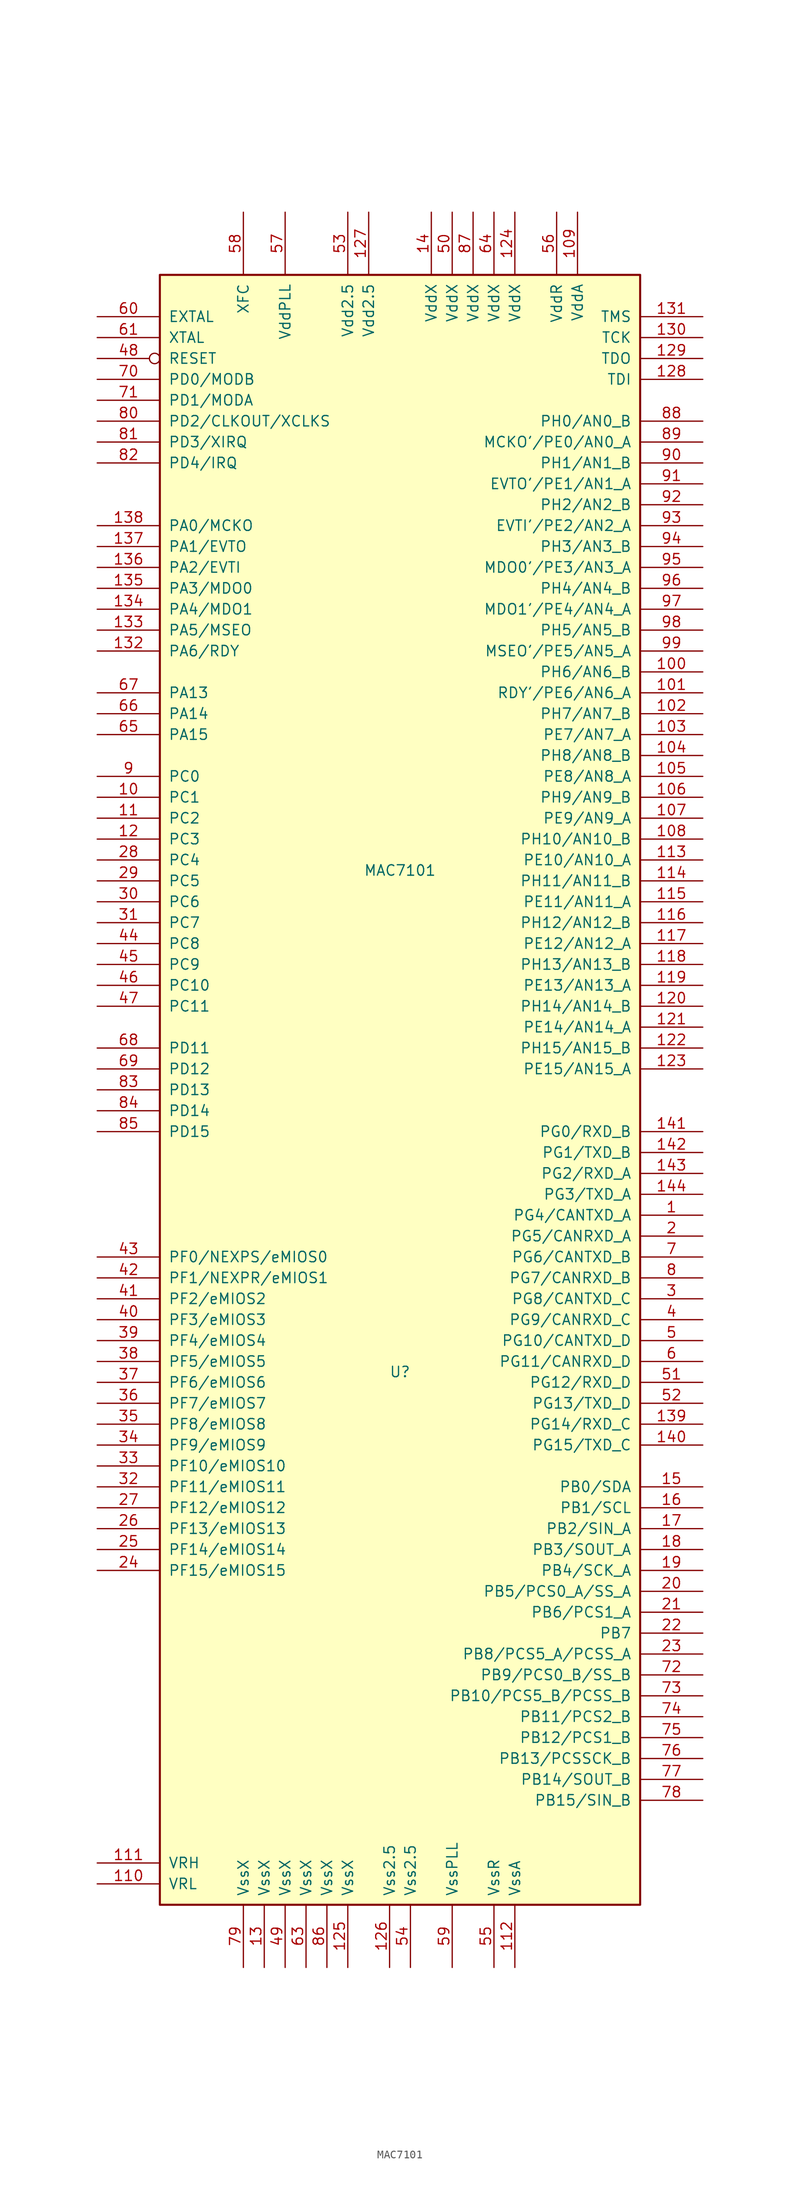
<source format=kicad_sym>
(kicad_symbol_lib
  (version 20231120)
  (generator "kicad_symbol_editor")
  (generator_version "8.0")
  (symbol "MAC7101"
    (pin_names
      (offset 1.016))
    (property "Reference" "U"
      (at 1.27 -44.45 0)
      (effects (font (size 1.27 1.27))))
    (property "Value" "MAC7101"
      (at 1.27 16.51 0)
      (effects (font (size 1.27 1.27))))
    (symbol "MAC7101_0_1"
      (rectangle (start 30.48 -109.22) (end -27.94 88.9) (stroke (width 0.254) (type default)) (fill (type background))))
    (symbol "MAC7101_1_1"
      (pin bidirectional line (at 38.1 -25.4 180) (length 7.62) (name "PG4/CANTXD_A" (effects (font (size 1.27 1.27)))) (number "1" (effects (font (size 1.27 1.27)))))
      (pin bidirectional line (at -35.56 25.4 0) (length 7.62) (name "PC1" (effects (font (size 1.27 1.27)))) (number "10" (effects (font (size 1.27 1.27)))))
      (pin bidirectional line (at 38.1 40.64 180) (length 7.62) (name "PH6/AN6_B" (effects (font (size 1.27 1.27)))) (number "100" (effects (font (size 1.27 1.27)))))
      (pin bidirectional line (at 38.1 38.1 180) (length 7.62) (name "RDY'/PE6/AN6_A" (effects (font (size 1.27 1.27)))) (number "101" (effects (font (size 1.27 1.27)))))
      (pin bidirectional line (at 38.1 35.56 180) (length 7.62) (name "PH7/AN7_B" (effects (font (size 1.27 1.27)))) (number "102" (effects (font (size 1.27 1.27)))))
      (pin bidirectional line (at 38.1 33.02 180) (length 7.62) (name "PE7/AN7_A" (effects (font (size 1.27 1.27)))) (number "103" (effects (font (size 1.27 1.27)))))
      (pin bidirectional line (at 38.1 30.48 180) (length 7.62) (name "PH8/AN8_B" (effects (font (size 1.27 1.27)))) (number "104" (effects (font (size 1.27 1.27)))))
      (pin bidirectional line (at 38.1 27.94 180) (length 7.62) (name "PE8/AN8_A" (effects (font (size 1.27 1.27)))) (number "105" (effects (font (size 1.27 1.27)))))
      (pin bidirectional line (at 38.1 25.4 180) (length 7.62) (name "PH9/AN9_B" (effects (font (size 1.27 1.27)))) (number "106" (effects (font (size 1.27 1.27)))))
      (pin bidirectional line (at 38.1 22.86 180) (length 7.62) (name "PE9/AN9_A" (effects (font (size 1.27 1.27)))) (number "107" (effects (font (size 1.27 1.27)))))
      (pin bidirectional line (at 38.1 20.32 180) (length 7.62) (name "PH10/AN10_B" (effects (font (size 1.27 1.27)))) (number "108" (effects (font (size 1.27 1.27)))))
      (pin power_in line (at 22.86 96.52 270) (length 7.62) (name "VddA" (effects (font (size 1.27 1.27)))) (number "109" (effects (font (size 1.27 1.27)))))
      (pin bidirectional line (at -35.56 22.86 0) (length 7.62) (name "PC2" (effects (font (size 1.27 1.27)))) (number "11" (effects (font (size 1.27 1.27)))))
      (pin passive line (at -35.56 -106.68 0) (length 7.62) (name "VRL" (effects (font (size 1.27 1.27)))) (number "110" (effects (font (size 1.27 1.27)))))
      (pin passive line (at -35.56 -104.14 0) (length 7.62) (name "VRH" (effects (font (size 1.27 1.27)))) (number "111" (effects (font (size 1.27 1.27)))))
      (pin power_in line (at 15.24 -116.84 90) (length 7.62) (name "VssA" (effects (font (size 1.27 1.27)))) (number "112" (effects (font (size 1.27 1.27)))))
      (pin bidirectional line (at 38.1 17.78 180) (length 7.62) (name "PE10/AN10_A" (effects (font (size 1.27 1.27)))) (number "113" (effects (font (size 1.27 1.27)))))
      (pin bidirectional line (at 38.1 15.24 180) (length 7.62) (name "PH11/AN11_B" (effects (font (size 1.27 1.27)))) (number "114" (effects (font (size 1.27 1.27)))))
      (pin bidirectional line (at 38.1 12.7 180) (length 7.62) (name "PE11/AN11_A" (effects (font (size 1.27 1.27)))) (number "115" (effects (font (size 1.27 1.27)))))
      (pin bidirectional line (at 38.1 10.16 180) (length 7.62) (name "PH12/AN12_B" (effects (font (size 1.27 1.27)))) (number "116" (effects (font (size 1.27 1.27)))))
      (pin bidirectional line (at 38.1 7.62 180) (length 7.62) (name "PE12/AN12_A" (effects (font (size 1.27 1.27)))) (number "117" (effects (font (size 1.27 1.27)))))
      (pin bidirectional line (at 38.1 5.08 180) (length 7.62) (name "PH13/AN13_B" (effects (font (size 1.27 1.27)))) (number "118" (effects (font (size 1.27 1.27)))))
      (pin bidirectional line (at 38.1 2.54 180) (length 7.62) (name "PE13/AN13_A" (effects (font (size 1.27 1.27)))) (number "119" (effects (font (size 1.27 1.27)))))
      (pin bidirectional line (at -35.56 20.32 0) (length 7.62) (name "PC3" (effects (font (size 1.27 1.27)))) (number "12" (effects (font (size 1.27 1.27)))))
      (pin bidirectional line (at 38.1 0 180) (length 7.62) (name "PH14/AN14_B" (effects (font (size 1.27 1.27)))) (number "120" (effects (font (size 1.27 1.27)))))
      (pin bidirectional line (at 38.1 -2.54 180) (length 7.62) (name "PE14/AN14_A" (effects (font (size 1.27 1.27)))) (number "121" (effects (font (size 1.27 1.27)))))
      (pin bidirectional line (at 38.1 -5.08 180) (length 7.62) (name "PH15/AN15_B" (effects (font (size 1.27 1.27)))) (number "122" (effects (font (size 1.27 1.27)))))
      (pin bidirectional line (at 38.1 -7.62 180) (length 7.62) (name "PE15/AN15_A" (effects (font (size 1.27 1.27)))) (number "123" (effects (font (size 1.27 1.27)))))
      (pin power_in line (at 15.24 96.52 270) (length 7.62) (name "VddX" (effects (font (size 1.27 1.27)))) (number "124" (effects (font (size 1.27 1.27)))))
      (pin power_in line (at -5.08 -116.84 90) (length 7.62) (name "VssX" (effects (font (size 1.27 1.27)))) (number "125" (effects (font (size 1.27 1.27)))))
      (pin power_in line (at 0 -116.84 90) (length 7.62) (name "Vss2.5" (effects (font (size 1.27 1.27)))) (number "126" (effects (font (size 1.27 1.27)))))
      (pin power_in line (at -2.54 96.52 270) (length 7.62) (name "Vdd2.5" (effects (font (size 1.27 1.27)))) (number "127" (effects (font (size 1.27 1.27)))))
      (pin input line (at 38.1 76.2 180) (length 7.62) (name "TDI" (effects (font (size 1.27 1.27)))) (number "128" (effects (font (size 1.27 1.27)))))
      (pin output line (at 38.1 78.74 180) (length 7.62) (name "TDO" (effects (font (size 1.27 1.27)))) (number "129" (effects (font (size 1.27 1.27)))))
      (pin power_in line (at -15.24 -116.84 90) (length 7.62) (name "VssX" (effects (font (size 1.27 1.27)))) (number "13" (effects (font (size 1.27 1.27)))))
      (pin input line (at 38.1 81.28 180) (length 7.62) (name "TCK" (effects (font (size 1.27 1.27)))) (number "130" (effects (font (size 1.27 1.27)))))
      (pin input line (at 38.1 83.82 180) (length 7.62) (name "TMS" (effects (font (size 1.27 1.27)))) (number "131" (effects (font (size 1.27 1.27)))))
      (pin bidirectional line (at -35.56 43.18 0) (length 7.62) (name "PA6/RDY" (effects (font (size 1.27 1.27)))) (number "132" (effects (font (size 1.27 1.27)))))
      (pin bidirectional line (at -35.56 45.72 0) (length 7.62) (name "PA5/MSEO" (effects (font (size 1.27 1.27)))) (number "133" (effects (font (size 1.27 1.27)))))
      (pin bidirectional line (at -35.56 48.26 0) (length 7.62) (name "PA4/MDO1" (effects (font (size 1.27 1.27)))) (number "134" (effects (font (size 1.27 1.27)))))
      (pin bidirectional line (at -35.56 50.8 0) (length 7.62) (name "PA3/MDO0" (effects (font (size 1.27 1.27)))) (number "135" (effects (font (size 1.27 1.27)))))
      (pin bidirectional line (at -35.56 53.34 0) (length 7.62) (name "PA2/EVTI" (effects (font (size 1.27 1.27)))) (number "136" (effects (font (size 1.27 1.27)))))
      (pin bidirectional line (at -35.56 55.88 0) (length 7.62) (name "PA1/EVTO" (effects (font (size 1.27 1.27)))) (number "137" (effects (font (size 1.27 1.27)))))
      (pin bidirectional line (at -35.56 58.42 0) (length 7.62) (name "PA0/MCKO" (effects (font (size 1.27 1.27)))) (number "138" (effects (font (size 1.27 1.27)))))
      (pin bidirectional line (at 38.1 -50.8 180) (length 7.62) (name "PG14/RXD_C" (effects (font (size 1.27 1.27)))) (number "139" (effects (font (size 1.27 1.27)))))
      (pin power_in line (at 5.08 96.52 270) (length 7.62) (name "VddX" (effects (font (size 1.27 1.27)))) (number "14" (effects (font (size 1.27 1.27)))))
      (pin bidirectional line (at 38.1 -53.34 180) (length 7.62) (name "PG15/TXD_C" (effects (font (size 1.27 1.27)))) (number "140" (effects (font (size 1.27 1.27)))))
      (pin bidirectional line (at 38.1 -15.24 180) (length 7.62) (name "PG0/RXD_B" (effects (font (size 1.27 1.27)))) (number "141" (effects (font (size 1.27 1.27)))))
      (pin bidirectional line (at 38.1 -17.78 180) (length 7.62) (name "PG1/TXD_B" (effects (font (size 1.27 1.27)))) (number "142" (effects (font (size 1.27 1.27)))))
      (pin bidirectional line (at 38.1 -20.32 180) (length 7.62) (name "PG2/RXD_A" (effects (font (size 1.27 1.27)))) (number "143" (effects (font (size 1.27 1.27)))))
      (pin bidirectional line (at 38.1 -22.86 180) (length 7.62) (name "PG3/TXD_A" (effects (font (size 1.27 1.27)))) (number "144" (effects (font (size 1.27 1.27)))))
      (pin bidirectional line (at 38.1 -58.42 180) (length 7.62) (name "PB0/SDA" (effects (font (size 1.27 1.27)))) (number "15" (effects (font (size 1.27 1.27)))))
      (pin bidirectional line (at 38.1 -60.96 180) (length 7.62) (name "PB1/SCL" (effects (font (size 1.27 1.27)))) (number "16" (effects (font (size 1.27 1.27)))))
      (pin bidirectional line (at 38.1 -63.5 180) (length 7.62) (name "PB2/SIN_A" (effects (font (size 1.27 1.27)))) (number "17" (effects (font (size 1.27 1.27)))))
      (pin bidirectional line (at 38.1 -66.04 180) (length 7.62) (name "PB3/SOUT_A" (effects (font (size 1.27 1.27)))) (number "18" (effects (font (size 1.27 1.27)))))
      (pin bidirectional line (at 38.1 -68.58 180) (length 7.62) (name "PB4/SCK_A" (effects (font (size 1.27 1.27)))) (number "19" (effects (font (size 1.27 1.27)))))
      (pin bidirectional line (at 38.1 -27.94 180) (length 7.62) (name "PG5/CANRXD_A" (effects (font (size 1.27 1.27)))) (number "2" (effects (font (size 1.27 1.27)))))
      (pin bidirectional line (at 38.1 -71.12 180) (length 7.62) (name "PB5/PCS0_A/SS_A" (effects (font (size 1.27 1.27)))) (number "20" (effects (font (size 1.27 1.27)))))
      (pin bidirectional line (at 38.1 -73.66 180) (length 7.62) (name "PB6/PCS1_A" (effects (font (size 1.27 1.27)))) (number "21" (effects (font (size 1.27 1.27)))))
      (pin bidirectional line (at 38.1 -76.2 180) (length 7.62) (name "PB7" (effects (font (size 1.27 1.27)))) (number "22" (effects (font (size 1.27 1.27)))))
      (pin bidirectional line (at 38.1 -78.74 180) (length 7.62) (name "PB8/PCS5_A/PCSS_A" (effects (font (size 1.27 1.27)))) (number "23" (effects (font (size 1.27 1.27)))))
      (pin bidirectional line (at -35.56 -68.58 0) (length 7.62) (name "PF15/eMIOS15" (effects (font (size 1.27 1.27)))) (number "24" (effects (font (size 1.27 1.27)))))
      (pin bidirectional line (at -35.56 -66.04 0) (length 7.62) (name "PF14/eMIOS14" (effects (font (size 1.27 1.27)))) (number "25" (effects (font (size 1.27 1.27)))))
      (pin bidirectional line (at -35.56 -63.5 0) (length 7.62) (name "PF13/eMIOS13" (effects (font (size 1.27 1.27)))) (number "26" (effects (font (size 1.27 1.27)))))
      (pin bidirectional line (at -35.56 -60.96 0) (length 7.62) (name "PF12/eMIOS12" (effects (font (size 1.27 1.27)))) (number "27" (effects (font (size 1.27 1.27)))))
      (pin bidirectional line (at -35.56 17.78 0) (length 7.62) (name "PC4" (effects (font (size 1.27 1.27)))) (number "28" (effects (font (size 1.27 1.27)))))
      (pin bidirectional line (at -35.56 15.24 0) (length 7.62) (name "PC5" (effects (font (size 1.27 1.27)))) (number "29" (effects (font (size 1.27 1.27)))))
      (pin bidirectional line (at 38.1 -35.56 180) (length 7.62) (name "PG8/CANTXD_C" (effects (font (size 1.27 1.27)))) (number "3" (effects (font (size 1.27 1.27)))))
      (pin bidirectional line (at -35.56 12.7 0) (length 7.62) (name "PC6" (effects (font (size 1.27 1.27)))) (number "30" (effects (font (size 1.27 1.27)))))
      (pin bidirectional line (at -35.56 10.16 0) (length 7.62) (name "PC7" (effects (font (size 1.27 1.27)))) (number "31" (effects (font (size 1.27 1.27)))))
      (pin bidirectional line (at -35.56 -58.42 0) (length 7.62) (name "PF11/eMIOS11" (effects (font (size 1.27 1.27)))) (number "32" (effects (font (size 1.27 1.27)))))
      (pin bidirectional line (at -35.56 -55.88 0) (length 7.62) (name "PF10/eMIOS10" (effects (font (size 1.27 1.27)))) (number "33" (effects (font (size 1.27 1.27)))))
      (pin bidirectional line (at -35.56 -53.34 0) (length 7.62) (name "PF9/eMIOS9" (effects (font (size 1.27 1.27)))) (number "34" (effects (font (size 1.27 1.27)))))
      (pin bidirectional line (at -35.56 -50.8 0) (length 7.62) (name "PF8/eMIOS8" (effects (font (size 1.27 1.27)))) (number "35" (effects (font (size 1.27 1.27)))))
      (pin bidirectional line (at -35.56 -48.26 0) (length 7.62) (name "PF7/eMIOS7" (effects (font (size 1.27 1.27)))) (number "36" (effects (font (size 1.27 1.27)))))
      (pin bidirectional line (at -35.56 -45.72 0) (length 7.62) (name "PF6/eMIOS6" (effects (font (size 1.27 1.27)))) (number "37" (effects (font (size 1.27 1.27)))))
      (pin bidirectional line (at -35.56 -43.18 0) (length 7.62) (name "PF5/eMIOS5" (effects (font (size 1.27 1.27)))) (number "38" (effects (font (size 1.27 1.27)))))
      (pin bidirectional line (at -35.56 -40.64 0) (length 7.62) (name "PF4/eMIOS4" (effects (font (size 1.27 1.27)))) (number "39" (effects (font (size 1.27 1.27)))))
      (pin bidirectional line (at 38.1 -38.1 180) (length 7.62) (name "PG9/CANRXD_C" (effects (font (size 1.27 1.27)))) (number "4" (effects (font (size 1.27 1.27)))))
      (pin bidirectional line (at -35.56 -38.1 0) (length 7.62) (name "PF3/eMIOS3" (effects (font (size 1.27 1.27)))) (number "40" (effects (font (size 1.27 1.27)))))
      (pin bidirectional line (at -35.56 -35.56 0) (length 7.62) (name "PF2/eMIOS2" (effects (font (size 1.27 1.27)))) (number "41" (effects (font (size 1.27 1.27)))))
      (pin bidirectional line (at -35.56 -33.02 0) (length 7.62) (name "PF1/NEXPR/eMIOS1" (effects (font (size 1.27 1.27)))) (number "42" (effects (font (size 1.27 1.27)))))
      (pin bidirectional line (at -35.56 -30.48 0) (length 7.62) (name "PF0/NEXPS/eMIOS0" (effects (font (size 1.27 1.27)))) (number "43" (effects (font (size 1.27 1.27)))))
      (pin bidirectional line (at -35.56 7.62 0) (length 7.62) (name "PC8" (effects (font (size 1.27 1.27)))) (number "44" (effects (font (size 1.27 1.27)))))
      (pin bidirectional line (at -35.56 5.08 0) (length 7.62) (name "PC9" (effects (font (size 1.27 1.27)))) (number "45" (effects (font (size 1.27 1.27)))))
      (pin bidirectional line (at -35.56 2.54 0) (length 7.62) (name "PC10" (effects (font (size 1.27 1.27)))) (number "46" (effects (font (size 1.27 1.27)))))
      (pin bidirectional line (at -35.56 0 0) (length 7.62) (name "PC11" (effects (font (size 1.27 1.27)))) (number "47" (effects (font (size 1.27 1.27)))))
      (pin bidirectional inverted (at -35.56 78.74 0) (length 7.62) (name "RESET" (effects (font (size 1.27 1.27)))) (number "48" (effects (font (size 1.27 1.27)))))
      (pin power_in line (at -12.7 -116.84 90) (length 7.62) (name "VssX" (effects (font (size 1.27 1.27)))) (number "49" (effects (font (size 1.27 1.27)))))
      (pin bidirectional line (at 38.1 -40.64 180) (length 7.62) (name "PG10/CANTXD_D" (effects (font (size 1.27 1.27)))) (number "5" (effects (font (size 1.27 1.27)))))
      (pin power_in line (at 7.62 96.52 270) (length 7.62) (name "VddX" (effects (font (size 1.27 1.27)))) (number "50" (effects (font (size 1.27 1.27)))))
      (pin bidirectional line (at 38.1 -45.72 180) (length 7.62) (name "PG12/RXD_D" (effects (font (size 1.27 1.27)))) (number "51" (effects (font (size 1.27 1.27)))))
      (pin bidirectional line (at 38.1 -48.26 180) (length 7.62) (name "PG13/TXD_D" (effects (font (size 1.27 1.27)))) (number "52" (effects (font (size 1.27 1.27)))))
      (pin passive line (at -5.08 96.52 270) (length 7.62) (name "Vdd2.5" (effects (font (size 1.27 1.27)))) (number "53" (effects (font (size 1.27 1.27)))))
      (pin passive line (at 2.54 -116.84 90) (length 7.62) (name "Vss2.5" (effects (font (size 1.27 1.27)))) (number "54" (effects (font (size 1.27 1.27)))))
      (pin power_in line (at 12.7 -116.84 90) (length 7.62) (name "VssR" (effects (font (size 1.27 1.27)))) (number "55" (effects (font (size 1.27 1.27)))))
      (pin power_in line (at 20.32 96.52 270) (length 7.62) (name "VddR" (effects (font (size 1.27 1.27)))) (number "56" (effects (font (size 1.27 1.27)))))
      (pin passive line (at -12.7 96.52 270) (length 7.62) (name "VddPLL" (effects (font (size 1.27 1.27)))) (number "57" (effects (font (size 1.27 1.27)))))
      (pin bidirectional line (at -17.78 96.52 270) (length 7.62) (name "XFC" (effects (font (size 1.27 1.27)))) (number "58" (effects (font (size 1.27 1.27)))))
      (pin passive line (at 7.62 -116.84 90) (length 7.62) (name "VssPLL" (effects (font (size 1.27 1.27)))) (number "59" (effects (font (size 1.27 1.27)))))
      (pin bidirectional line (at 38.1 -43.18 180) (length 7.62) (name "PG11/CANRXD_D" (effects (font (size 1.27 1.27)))) (number "6" (effects (font (size 1.27 1.27)))))
      (pin input line (at -35.56 83.82 0) (length 7.62) (name "EXTAL" (effects (font (size 1.27 1.27)))) (number "60" (effects (font (size 1.27 1.27)))))
      (pin output line (at -35.56 81.28 0) (length 7.62) (name "XTAL" (effects (font (size 1.27 1.27)))) (number "61" (effects (font (size 1.27 1.27)))))
      (pin power_in line (at -10.16 -116.84 90) (length 7.62) (name "VssX" (effects (font (size 1.27 1.27)))) (number "63" (effects (font (size 1.27 1.27)))))
      (pin power_in line (at 12.7 96.52 270) (length 7.62) (name "VddX" (effects (font (size 1.27 1.27)))) (number "64" (effects (font (size 1.27 1.27)))))
      (pin bidirectional line (at -35.56 33.02 0) (length 7.62) (name "PA15" (effects (font (size 1.27 1.27)))) (number "65" (effects (font (size 1.27 1.27)))))
      (pin bidirectional line (at -35.56 35.56 0) (length 7.62) (name "PA14" (effects (font (size 1.27 1.27)))) (number "66" (effects (font (size 1.27 1.27)))))
      (pin bidirectional line (at -35.56 38.1 0) (length 7.62) (name "PA13" (effects (font (size 1.27 1.27)))) (number "67" (effects (font (size 1.27 1.27)))))
      (pin bidirectional line (at -35.56 -5.08 0) (length 7.62) (name "PD11" (effects (font (size 1.27 1.27)))) (number "68" (effects (font (size 1.27 1.27)))))
      (pin bidirectional line (at -35.56 -7.62 0) (length 7.62) (name "PD12" (effects (font (size 1.27 1.27)))) (number "69" (effects (font (size 1.27 1.27)))))
      (pin bidirectional line (at 38.1 -30.48 180) (length 7.62) (name "PG6/CANTXD_B" (effects (font (size 1.27 1.27)))) (number "7" (effects (font (size 1.27 1.27)))))
      (pin bidirectional line (at -35.56 76.2 0) (length 7.62) (name "PD0/MODB" (effects (font (size 1.27 1.27)))) (number "70" (effects (font (size 1.27 1.27)))))
      (pin bidirectional line (at -35.56 73.66 0) (length 7.62) (name "PD1/MODA" (effects (font (size 1.27 1.27)))) (number "71" (effects (font (size 1.27 1.27)))))
      (pin bidirectional line (at 38.1 -81.28 180) (length 7.62) (name "PB9/PCS0_B/SS_B" (effects (font (size 1.27 1.27)))) (number "72" (effects (font (size 1.27 1.27)))))
      (pin bidirectional line (at 38.1 -83.82 180) (length 7.62) (name "PB10/PCS5_B/PCSS_B" (effects (font (size 1.27 1.27)))) (number "73" (effects (font (size 1.27 1.27)))))
      (pin bidirectional line (at 38.1 -86.36 180) (length 7.62) (name "PB11/PCS2_B" (effects (font (size 1.27 1.27)))) (number "74" (effects (font (size 1.27 1.27)))))
      (pin bidirectional line (at 38.1 -88.9 180) (length 7.62) (name "PB12/PCS1_B" (effects (font (size 1.27 1.27)))) (number "75" (effects (font (size 1.27 1.27)))))
      (pin bidirectional line (at 38.1 -91.44 180) (length 7.62) (name "PB13/PCSSCK_B" (effects (font (size 1.27 1.27)))) (number "76" (effects (font (size 1.27 1.27)))))
      (pin bidirectional line (at 38.1 -93.98 180) (length 7.62) (name "PB14/SOUT_B" (effects (font (size 1.27 1.27)))) (number "77" (effects (font (size 1.27 1.27)))))
      (pin bidirectional line (at 38.1 -96.52 180) (length 7.62) (name "PB15/SIN_B" (effects (font (size 1.27 1.27)))) (number "78" (effects (font (size 1.27 1.27)))))
      (pin power_in line (at -17.78 -116.84 90) (length 7.62) (name "VssX" (effects (font (size 1.27 1.27)))) (number "79" (effects (font (size 1.27 1.27)))))
      (pin bidirectional line (at 38.1 -33.02 180) (length 7.62) (name "PG7/CANRXD_B" (effects (font (size 1.27 1.27)))) (number "8" (effects (font (size 1.27 1.27)))))
      (pin bidirectional line (at -35.56 71.12 0) (length 7.62) (name "PD2/CLKOUT/XCLKS" (effects (font (size 1.27 1.27)))) (number "80" (effects (font (size 1.27 1.27)))))
      (pin bidirectional line (at -35.56 68.58 0) (length 7.62) (name "PD3/XIRQ" (effects (font (size 1.27 1.27)))) (number "81" (effects (font (size 1.27 1.27)))))
      (pin bidirectional line (at -35.56 66.04 0) (length 7.62) (name "PD4/IRQ" (effects (font (size 1.27 1.27)))) (number "82" (effects (font (size 1.27 1.27)))))
      (pin bidirectional line (at -35.56 -10.16 0) (length 7.62) (name "PD13" (effects (font (size 1.27 1.27)))) (number "83" (effects (font (size 1.27 1.27)))))
      (pin bidirectional line (at -35.56 -12.7 0) (length 7.62) (name "PD14" (effects (font (size 1.27 1.27)))) (number "84" (effects (font (size 1.27 1.27)))))
      (pin bidirectional line (at -35.56 -15.24 0) (length 7.62) (name "PD15" (effects (font (size 1.27 1.27)))) (number "85" (effects (font (size 1.27 1.27)))))
      (pin power_in line (at -7.62 -116.84 90) (length 7.62) (name "VssX" (effects (font (size 1.27 1.27)))) (number "86" (effects (font (size 1.27 1.27)))))
      (pin power_in line (at 10.16 96.52 270) (length 7.62) (name "VddX" (effects (font (size 1.27 1.27)))) (number "87" (effects (font (size 1.27 1.27)))))
      (pin bidirectional line (at 38.1 71.12 180) (length 7.62) (name "PH0/AN0_B" (effects (font (size 1.27 1.27)))) (number "88" (effects (font (size 1.27 1.27)))))
      (pin bidirectional line (at 38.1 68.58 180) (length 7.62) (name "MCKO'/PE0/AN0_A" (effects (font (size 1.27 1.27)))) (number "89" (effects (font (size 1.27 1.27)))))
      (pin bidirectional line (at -35.56 27.94 0) (length 7.62) (name "PC0" (effects (font (size 1.27 1.27)))) (number "9" (effects (font (size 1.27 1.27)))))
      (pin bidirectional line (at 38.1 66.04 180) (length 7.62) (name "PH1/AN1_B" (effects (font (size 1.27 1.27)))) (number "90" (effects (font (size 1.27 1.27)))))
      (pin bidirectional line (at 38.1 63.5 180) (length 7.62) (name "EVTO'/PE1/AN1_A" (effects (font (size 1.27 1.27)))) (number "91" (effects (font (size 1.27 1.27)))))
      (pin bidirectional line (at 38.1 60.96 180) (length 7.62) (name "PH2/AN2_B" (effects (font (size 1.27 1.27)))) (number "92" (effects (font (size 1.27 1.27)))))
      (pin bidirectional line (at 38.1 58.42 180) (length 7.62) (name "EVTI'/PE2/AN2_A" (effects (font (size 1.27 1.27)))) (number "93" (effects (font (size 1.27 1.27)))))
      (pin bidirectional line (at 38.1 55.88 180) (length 7.62) (name "PH3/AN3_B" (effects (font (size 1.27 1.27)))) (number "94" (effects (font (size 1.27 1.27)))))
      (pin bidirectional line (at 38.1 53.34 180) (length 7.62) (name "MDO0'/PE3/AN3_A" (effects (font (size 1.27 1.27)))) (number "95" (effects (font (size 1.27 1.27)))))
      (pin bidirectional line (at 38.1 50.8 180) (length 7.62) (name "PH4/AN4_B" (effects (font (size 1.27 1.27)))) (number "96" (effects (font (size 1.27 1.27)))))
      (pin bidirectional line (at 38.1 48.26 180) (length 7.62) (name "MDO1'/PE4/AN4_A" (effects (font (size 1.27 1.27)))) (number "97" (effects (font (size 1.27 1.27)))))
      (pin bidirectional line (at 38.1 45.72 180) (length 7.62) (name "PH5/AN5_B" (effects (font (size 1.27 1.27)))) (number "98" (effects (font (size 1.27 1.27)))))
      (pin bidirectional line (at 38.1 43.18 180) (length 7.62) (name "MSEO'/PE5/AN5_A" (effects (font (size 1.27 1.27)))) (number "99" (effects (font (size 1.27 1.27))))))))
</source>
